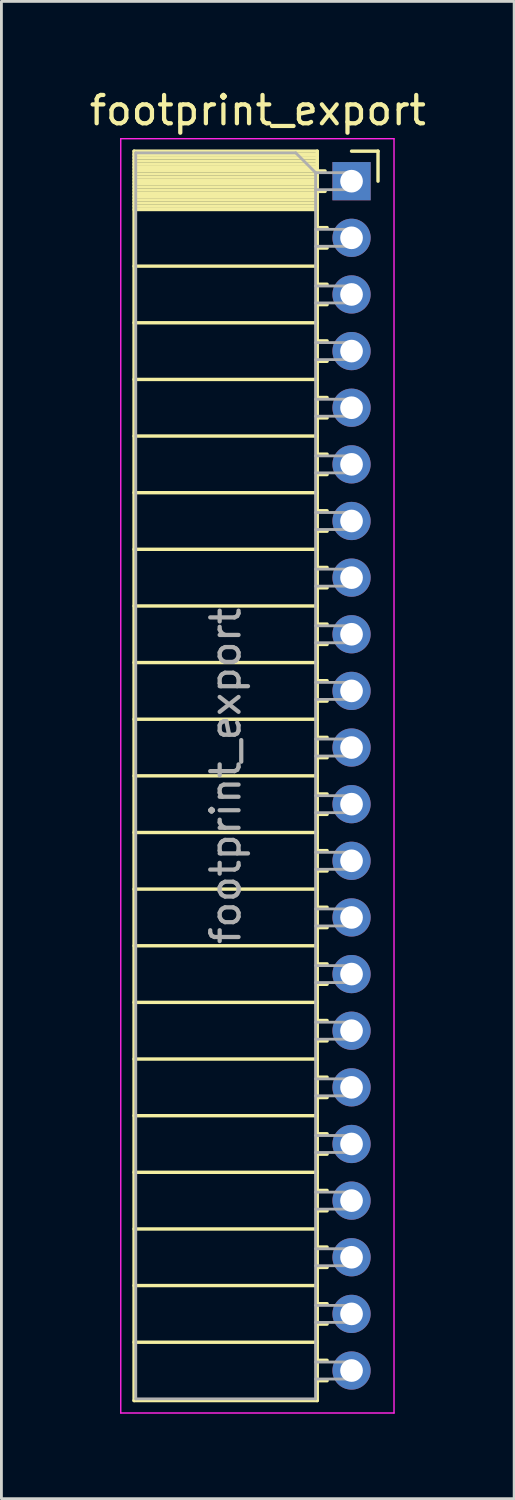
<source format=kicad_pcb>
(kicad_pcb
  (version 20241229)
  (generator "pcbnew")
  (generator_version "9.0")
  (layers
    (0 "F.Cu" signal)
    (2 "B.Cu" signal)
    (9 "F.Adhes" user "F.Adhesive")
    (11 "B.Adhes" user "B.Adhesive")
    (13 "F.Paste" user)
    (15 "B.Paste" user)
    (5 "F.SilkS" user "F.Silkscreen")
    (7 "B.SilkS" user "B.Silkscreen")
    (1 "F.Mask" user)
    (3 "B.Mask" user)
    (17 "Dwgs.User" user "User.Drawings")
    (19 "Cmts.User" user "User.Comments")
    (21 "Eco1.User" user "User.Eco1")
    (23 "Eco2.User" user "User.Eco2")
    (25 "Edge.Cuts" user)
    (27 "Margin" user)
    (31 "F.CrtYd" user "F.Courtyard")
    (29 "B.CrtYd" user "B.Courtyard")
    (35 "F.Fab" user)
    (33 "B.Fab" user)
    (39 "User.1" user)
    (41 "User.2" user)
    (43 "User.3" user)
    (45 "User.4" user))
  (footprint "footprint_export"
    (layer "F.Cu")
    (at 9.364 3.348)
    (property "Reference" "footprint_export" (at -3.31 -2.5 0) (layer "F.SilkS") (effects (font (size 1 1) (thickness 0.15))))
    (attr through_hole)
    (fp_line (start -7.68 -1.06) (end -7.68 43.06) (stroke (width 0.12) (type solid)) (layer "F.SilkS"))
    (fp_line (start -7.68 -1.06) (end -1.21 -1.06) (stroke (width 0.12) (type solid)) (layer "F.SilkS"))
    (fp_line (start -7.68 -0.94) (end -1.21 -0.94) (stroke (width 0.12) (type solid)) (layer "F.SilkS"))
    (fp_line (start -7.68 -0.826) (end -1.21 -0.826) (stroke (width 0.12) (type solid)) (layer "F.SilkS"))
    (fp_line (start -7.68 -0.712) (end -1.21 -0.712) (stroke (width 0.12) (type solid)) (layer "F.SilkS"))
    (fp_line (start -7.68 -0.598) (end -1.21 -0.598) (stroke (width 0.12) (type solid)) (layer "F.SilkS"))
    (fp_line (start -7.68 -0.484) (end -1.21 -0.484) (stroke (width 0.12) (type solid)) (layer "F.SilkS"))
    (fp_line (start -7.68 -0.369) (end -1.21 -0.369) (stroke (width 0.12) (type solid)) (layer "F.SilkS"))
    (fp_line (start -7.68 -0.255) (end -1.21 -0.255) (stroke (width 0.12) (type solid)) (layer "F.SilkS"))
    (fp_line (start -7.68 -0.141) (end -1.21 -0.141) (stroke (width 0.12) (type solid)) (layer "F.SilkS"))
    (fp_line (start -7.68 -0.027) (end -1.21 -0.027) (stroke (width 0.12) (type solid)) (layer "F.SilkS"))
    (fp_line (start -7.68 0.087) (end -1.21 0.087) (stroke (width 0.12) (type solid)) (layer "F.SilkS"))
    (fp_line (start -7.68 0.201) (end -1.21 0.201) (stroke (width 0.12) (type solid)) (layer "F.SilkS"))
    (fp_line (start -7.68 0.315) (end -1.21 0.315) (stroke (width 0.12) (type solid)) (layer "F.SilkS"))
    (fp_line (start -7.68 0.429) (end -1.21 0.429) (stroke (width 0.12) (type solid)) (layer "F.SilkS"))
    (fp_line (start -7.68 0.544) (end -1.21 0.544) (stroke (width 0.12) (type solid)) (layer "F.SilkS"))
    (fp_line (start -7.68 0.658) (end -1.21 0.658) (stroke (width 0.12) (type solid)) (layer "F.SilkS"))
    (fp_line (start -7.68 0.772) (end -1.21 0.772) (stroke (width 0.12) (type solid)) (layer "F.SilkS"))
    (fp_line (start -7.68 0.886) (end -1.21 0.886) (stroke (width 0.12) (type solid)) (layer "F.SilkS"))
    (fp_line (start -7.68 1) (end -1.21 1) (stroke (width 0.12) (type solid)) (layer "F.SilkS"))
    (fp_line (start -7.68 3) (end -1.21 3) (stroke (width 0.12) (type solid)) (layer "F.SilkS"))
    (fp_line (start -7.68 5) (end -1.21 5) (stroke (width 0.12) (type solid)) (layer "F.SilkS"))
    (fp_line (start -7.68 7) (end -1.21 7) (stroke (width 0.12) (type solid)) (layer "F.SilkS"))
    (fp_line (start -7.68 9) (end -1.21 9) (stroke (width 0.12) (type solid)) (layer "F.SilkS"))
    (fp_line (start -7.68 11) (end -1.21 11) (stroke (width 0.12) (type solid)) (layer "F.SilkS"))
    (fp_line (start -7.68 13) (end -1.21 13) (stroke (width 0.12) (type solid)) (layer "F.SilkS"))
    (fp_line (start -7.68 15) (end -1.21 15) (stroke (width 0.12) (type solid)) (layer "F.SilkS"))
    (fp_line (start -7.68 17) (end -1.21 17) (stroke (width 0.12) (type solid)) (layer "F.SilkS"))
    (fp_line (start -7.68 19) (end -1.21 19) (stroke (width 0.12) (type solid)) (layer "F.SilkS"))
    (fp_line (start -7.68 21) (end -1.21 21) (stroke (width 0.12) (type solid)) (layer "F.SilkS"))
    (fp_line (start -7.68 23) (end -1.21 23) (stroke (width 0.12) (type solid)) (layer "F.SilkS"))
    (fp_line (start -7.68 25) (end -1.21 25) (stroke (width 0.12) (type solid)) (layer "F.SilkS"))
    (fp_line (start -7.68 27) (end -1.21 27) (stroke (width 0.12) (type solid)) (layer "F.SilkS"))
    (fp_line (start -7.68 29) (end -1.21 29) (stroke (width 0.12) (type solid)) (layer "F.SilkS"))
    (fp_line (start -7.68 31) (end -1.21 31) (stroke (width 0.12) (type solid)) (layer "F.SilkS"))
    (fp_line (start -7.68 33) (end -1.21 33) (stroke (width 0.12) (type solid)) (layer "F.SilkS"))
    (fp_line (start -7.68 35) (end -1.21 35) (stroke (width 0.12) (type solid)) (layer "F.SilkS"))
    (fp_line (start -7.68 37) (end -1.21 37) (stroke (width 0.12) (type solid)) (layer "F.SilkS"))
    (fp_line (start -7.68 39) (end -1.21 39) (stroke (width 0.12) (type solid)) (layer "F.SilkS"))
    (fp_line (start -7.68 41) (end -1.21 41) (stroke (width 0.12) (type solid)) (layer "F.SilkS"))
    (fp_line (start -7.68 43.06) (end -1.21 43.06) (stroke (width 0.12) (type solid)) (layer "F.SilkS"))
    (fp_line (start -1.21 -1.06) (end -1.21 43.06) (stroke (width 0.12) (type solid)) (layer "F.SilkS"))
    (fp_line (start -1.21 -0.36) (end -0.935 -0.36) (stroke (width 0.12) (type solid)) (layer "F.SilkS"))
    (fp_line (start -1.21 0.36) (end -0.935 0.36) (stroke (width 0.12) (type solid)) (layer "F.SilkS"))
    (fp_line (start -1.21 1.64) (end -0.863 1.64) (stroke (width 0.12) (type solid)) (layer "F.SilkS"))
    (fp_line (start -1.21 2.36) (end -0.863 2.36) (stroke (width 0.12) (type solid)) (layer "F.SilkS"))
    (fp_line (start -1.21 3.64) (end -0.863 3.64) (stroke (width 0.12) (type solid)) (layer "F.SilkS"))
    (fp_line (start -1.21 4.36) (end -0.863 4.36) (stroke (width 0.12) (type solid)) (layer "F.SilkS"))
    (fp_line (start -1.21 5.64) (end -0.863 5.64) (stroke (width 0.12) (type solid)) (layer "F.SilkS"))
    (fp_line (start -1.21 6.36) (end -0.863 6.36) (stroke (width 0.12) (type solid)) (layer "F.SilkS"))
    (fp_line (start -1.21 7.64) (end -0.863 7.64) (stroke (width 0.12) (type solid)) (layer "F.SilkS"))
    (fp_line (start -1.21 8.36) (end -0.863 8.36) (stroke (width 0.12) (type solid)) (layer "F.SilkS"))
    (fp_line (start -1.21 9.64) (end -0.863 9.64) (stroke (width 0.12) (type solid)) (layer "F.SilkS"))
    (fp_line (start -1.21 10.36) (end -0.863 10.36) (stroke (width 0.12) (type solid)) (layer "F.SilkS"))
    (fp_line (start -1.21 11.64) (end -0.863 11.64) (stroke (width 0.12) (type solid)) (layer "F.SilkS"))
    (fp_line (start -1.21 12.36) (end -0.863 12.36) (stroke (width 0.12) (type solid)) (layer "F.SilkS"))
    (fp_line (start -1.21 13.64) (end -0.863 13.64) (stroke (width 0.12) (type solid)) (layer "F.SilkS"))
    (fp_line (start -1.21 14.36) (end -0.863 14.36) (stroke (width 0.12) (type solid)) (layer "F.SilkS"))
    (fp_line (start -1.21 15.64) (end -0.863 15.64) (stroke (width 0.12) (type solid)) (layer "F.SilkS"))
    (fp_line (start -1.21 16.36) (end -0.863 16.36) (stroke (width 0.12) (type solid)) (layer "F.SilkS"))
    (fp_line (start -1.21 17.64) (end -0.863 17.64) (stroke (width 0.12) (type solid)) (layer "F.SilkS"))
    (fp_line (start -1.21 18.36) (end -0.863 18.36) (stroke (width 0.12) (type solid)) (layer "F.SilkS"))
    (fp_line (start -1.21 19.64) (end -0.863 19.64) (stroke (width 0.12) (type solid)) (layer "F.SilkS"))
    (fp_line (start -1.21 20.36) (end -0.863 20.36) (stroke (width 0.12) (type solid)) (layer "F.SilkS"))
    (fp_line (start -1.21 21.64) (end -0.863 21.64) (stroke (width 0.12) (type solid)) (layer "F.SilkS"))
    (fp_line (start -1.21 22.36) (end -0.863 22.36) (stroke (width 0.12) (type solid)) (layer "F.SilkS"))
    (fp_line (start -1.21 23.64) (end -0.863 23.64) (stroke (width 0.12) (type solid)) (layer "F.SilkS"))
    (fp_line (start -1.21 24.36) (end -0.863 24.36) (stroke (width 0.12) (type solid)) (layer "F.SilkS"))
    (fp_line (start -1.21 25.64) (end -0.863 25.64) (stroke (width 0.12) (type solid)) (layer "F.SilkS"))
    (fp_line (start -1.21 26.36) (end -0.863 26.36) (stroke (width 0.12) (type solid)) (layer "F.SilkS"))
    (fp_line (start -1.21 27.64) (end -0.863 27.64) (stroke (width 0.12) (type solid)) (layer "F.SilkS"))
    (fp_line (start -1.21 28.36) (end -0.863 28.36) (stroke (width 0.12) (type solid)) (layer "F.SilkS"))
    (fp_line (start -1.21 29.64) (end -0.863 29.64) (stroke (width 0.12) (type solid)) (layer "F.SilkS"))
    (fp_line (start -1.21 30.36) (end -0.863 30.36) (stroke (width 0.12) (type solid)) (layer "F.SilkS"))
    (fp_line (start -1.21 31.64) (end -0.863 31.64) (stroke (width 0.12) (type solid)) (layer "F.SilkS"))
    (fp_line (start -1.21 32.36) (end -0.863 32.36) (stroke (width 0.12) (type solid)) (layer "F.SilkS"))
    (fp_line (start -1.21 33.64) (end -0.863 33.64) (stroke (width 0.12) (type solid)) (layer "F.SilkS"))
    (fp_line (start -1.21 34.36) (end -0.863 34.36) (stroke (width 0.12) (type solid)) (layer "F.SilkS"))
    (fp_line (start -1.21 35.64) (end -0.863 35.64) (stroke (width 0.12) (type solid)) (layer "F.SilkS"))
    (fp_line (start -1.21 36.36) (end -0.863 36.36) (stroke (width 0.12) (type solid)) (layer "F.SilkS"))
    (fp_line (start -1.21 37.64) (end -0.863 37.64) (stroke (width 0.12) (type solid)) (layer "F.SilkS"))
    (fp_line (start -1.21 38.36) (end -0.863 38.36) (stroke (width 0.12) (type solid)) (layer "F.SilkS"))
    (fp_line (start -1.21 39.64) (end -0.863 39.64) (stroke (width 0.12) (type solid)) (layer "F.SilkS"))
    (fp_line (start -1.21 40.36) (end -0.863 40.36) (stroke (width 0.12) (type solid)) (layer "F.SilkS"))
    (fp_line (start -1.21 41.64) (end -0.863 41.64) (stroke (width 0.12) (type solid)) (layer "F.SilkS"))
    (fp_line (start -1.21 42.36) (end -0.863 42.36) (stroke (width 0.12) (type solid)) (layer "F.SilkS"))
    (fp_line (start 0 -1.06) (end 0.935 -1.06) (stroke (width 0.12) (type solid)) (layer "F.SilkS"))
    (fp_line (start 0.935 -1.06) (end 0.935 0) (stroke (width 0.12) (type solid)) (layer "F.SilkS"))
    (fp_line (start -8.15 -1.5) (end -8.15 43.5) (stroke (width 0.05) (type solid)) (layer "F.CrtYd"))
    (fp_line (start -8.15 43.5) (end 1.5 43.5) (stroke (width 0.05) (type solid)) (layer "F.CrtYd"))
    (fp_line (start 1.5 -1.5) (end -8.15 -1.5) (stroke (width 0.05) (type solid)) (layer "F.CrtYd"))
    (fp_line (start 1.5 43.5) (end 1.5 -1.5) (stroke (width 0.05) (type solid)) (layer "F.CrtYd"))
    (fp_line (start -7.62 -1) (end -1.97 -1) (stroke (width 0.1) (type solid)) (layer "F.Fab"))
    (fp_line (start -7.62 43) (end -7.62 -1) (stroke (width 0.1) (type solid)) (layer "F.Fab"))
    (fp_line (start -1.97 -1) (end -1.27 -0.3) (stroke (width 0.1) (type solid)) (layer "F.Fab"))
    (fp_line (start -1.27 -0.3) (end -1.27 43) (stroke (width 0.1) (type solid)) (layer "F.Fab"))
    (fp_line (start -1.27 0.3) (end 0 0.3) (stroke (width 0.1) (type solid)) (layer "F.Fab"))
    (fp_line (start -1.27 2.3) (end 0 2.3) (stroke (width 0.1) (type solid)) (layer "F.Fab"))
    (fp_line (start -1.27 4.3) (end 0 4.3) (stroke (width 0.1) (type solid)) (layer "F.Fab"))
    (fp_line (start -1.27 6.3) (end 0 6.3) (stroke (width 0.1) (type solid)) (layer "F.Fab"))
    (fp_line (start -1.27 8.3) (end 0 8.3) (stroke (width 0.1) (type solid)) (layer "F.Fab"))
    (fp_line (start -1.27 10.3) (end 0 10.3) (stroke (width 0.1) (type solid)) (layer "F.Fab"))
    (fp_line (start -1.27 12.3) (end 0 12.3) (stroke (width 0.1) (type solid)) (layer "F.Fab"))
    (fp_line (start -1.27 14.3) (end 0 14.3) (stroke (width 0.1) (type solid)) (layer "F.Fab"))
    (fp_line (start -1.27 16.3) (end 0 16.3) (stroke (width 0.1) (type solid)) (layer "F.Fab"))
    (fp_line (start -1.27 18.3) (end 0 18.3) (stroke (width 0.1) (type solid)) (layer "F.Fab"))
    (fp_line (start -1.27 20.3) (end 0 20.3) (stroke (width 0.1) (type solid)) (layer "F.Fab"))
    (fp_line (start -1.27 22.3) (end 0 22.3) (stroke (width 0.1) (type solid)) (layer "F.Fab"))
    (fp_line (start -1.27 24.3) (end 0 24.3) (stroke (width 0.1) (type solid)) (layer "F.Fab"))
    (fp_line (start -1.27 26.3) (end 0 26.3) (stroke (width 0.1) (type solid)) (layer "F.Fab"))
    (fp_line (start -1.27 28.3) (end 0 28.3) (stroke (width 0.1) (type solid)) (layer "F.Fab"))
    (fp_line (start -1.27 30.3) (end 0 30.3) (stroke (width 0.1) (type solid)) (layer "F.Fab"))
    (fp_line (start -1.27 32.3) (end 0 32.3) (stroke (width 0.1) (type solid)) (layer "F.Fab"))
    (fp_line (start -1.27 34.3) (end 0 34.3) (stroke (width 0.1) (type solid)) (layer "F.Fab"))
    (fp_line (start -1.27 36.3) (end 0 36.3) (stroke (width 0.1) (type solid)) (layer "F.Fab"))
    (fp_line (start -1.27 38.3) (end 0 38.3) (stroke (width 0.1) (type solid)) (layer "F.Fab"))
    (fp_line (start -1.27 40.3) (end 0 40.3) (stroke (width 0.1) (type solid)) (layer "F.Fab"))
    (fp_line (start -1.27 42.3) (end 0 42.3) (stroke (width 0.1) (type solid)) (layer "F.Fab"))
    (fp_line (start -1.27 43) (end -7.62 43) (stroke (width 0.1) (type solid)) (layer "F.Fab"))
    (fp_line (start 0 -0.3) (end -1.27 -0.3) (stroke (width 0.1) (type solid)) (layer "F.Fab"))
    (fp_line (start 0 0.3) (end 0 -0.3) (stroke (width 0.1) (type solid)) (layer "F.Fab"))
    (fp_line (start 0 1.7) (end -1.27 1.7) (stroke (width 0.1) (type solid)) (layer "F.Fab"))
    (fp_line (start 0 2.3) (end 0 1.7) (stroke (width 0.1) (type solid)) (layer "F.Fab"))
    (fp_line (start 0 3.7) (end -1.27 3.7) (stroke (width 0.1) (type solid)) (layer "F.Fab"))
    (fp_line (start 0 4.3) (end 0 3.7) (stroke (width 0.1) (type solid)) (layer "F.Fab"))
    (fp_line (start 0 5.7) (end -1.27 5.7) (stroke (width 0.1) (type solid)) (layer "F.Fab"))
    (fp_line (start 0 6.3) (end 0 5.7) (stroke (width 0.1) (type solid)) (layer "F.Fab"))
    (fp_line (start 0 7.7) (end -1.27 7.7) (stroke (width 0.1) (type solid)) (layer "F.Fab"))
    (fp_line (start 0 8.3) (end 0 7.7) (stroke (width 0.1) (type solid)) (layer "F.Fab"))
    (fp_line (start 0 9.7) (end -1.27 9.7) (stroke (width 0.1) (type solid)) (layer "F.Fab"))
    (fp_line (start 0 10.3) (end 0 9.7) (stroke (width 0.1) (type solid)) (layer "F.Fab"))
    (fp_line (start 0 11.7) (end -1.27 11.7) (stroke (width 0.1) (type solid)) (layer "F.Fab"))
    (fp_line (start 0 12.3) (end 0 11.7) (stroke (width 0.1) (type solid)) (layer "F.Fab"))
    (fp_line (start 0 13.7) (end -1.27 13.7) (stroke (width 0.1) (type solid)) (layer "F.Fab"))
    (fp_line (start 0 14.3) (end 0 13.7) (stroke (width 0.1) (type solid)) (layer "F.Fab"))
    (fp_line (start 0 15.7) (end -1.27 15.7) (stroke (width 0.1) (type solid)) (layer "F.Fab"))
    (fp_line (start 0 16.3) (end 0 15.7) (stroke (width 0.1) (type solid)) (layer "F.Fab"))
    (fp_line (start 0 17.7) (end -1.27 17.7) (stroke (width 0.1) (type solid)) (layer "F.Fab"))
    (fp_line (start 0 18.3) (end 0 17.7) (stroke (width 0.1) (type solid)) (layer "F.Fab"))
    (fp_line (start 0 19.7) (end -1.27 19.7) (stroke (width 0.1) (type solid)) (layer "F.Fab"))
    (fp_line (start 0 20.3) (end 0 19.7) (stroke (width 0.1) (type solid)) (layer "F.Fab"))
    (fp_line (start 0 21.7) (end -1.27 21.7) (stroke (width 0.1) (type solid)) (layer "F.Fab"))
    (fp_line (start 0 22.3) (end 0 21.7) (stroke (width 0.1) (type solid)) (layer "F.Fab"))
    (fp_line (start 0 23.7) (end -1.27 23.7) (stroke (width 0.1) (type solid)) (layer "F.Fab"))
    (fp_line (start 0 24.3) (end 0 23.7) (stroke (width 0.1) (type solid)) (layer "F.Fab"))
    (fp_line (start 0 25.7) (end -1.27 25.7) (stroke (width 0.1) (type solid)) (layer "F.Fab"))
    (fp_line (start 0 26.3) (end 0 25.7) (stroke (width 0.1) (type solid)) (layer "F.Fab"))
    (fp_line (start 0 27.7) (end -1.27 27.7) (stroke (width 0.1) (type solid)) (layer "F.Fab"))
    (fp_line (start 0 28.3) (end 0 27.7) (stroke (width 0.1) (type solid)) (layer "F.Fab"))
    (fp_line (start 0 29.7) (end -1.27 29.7) (stroke (width 0.1) (type solid)) (layer "F.Fab"))
    (fp_line (start 0 30.3) (end 0 29.7) (stroke (width 0.1) (type solid)) (layer "F.Fab"))
    (fp_line (start 0 31.7) (end -1.27 31.7) (stroke (width 0.1) (type solid)) (layer "F.Fab"))
    (fp_line (start 0 32.3) (end 0 31.7) (stroke (width 0.1) (type solid)) (layer "F.Fab"))
    (fp_line (start 0 33.7) (end -1.27 33.7) (stroke (width 0.1) (type solid)) (layer "F.Fab"))
    (fp_line (start 0 34.3) (end 0 33.7) (stroke (width 0.1) (type solid)) (layer "F.Fab"))
    (fp_line (start 0 35.7) (end -1.27 35.7) (stroke (width 0.1) (type solid)) (layer "F.Fab"))
    (fp_line (start 0 36.3) (end 0 35.7) (stroke (width 0.1) (type solid)) (layer "F.Fab"))
    (fp_line (start 0 37.7) (end -1.27 37.7) (stroke (width 0.1) (type solid)) (layer "F.Fab"))
    (fp_line (start 0 38.3) (end 0 37.7) (stroke (width 0.1) (type solid)) (layer "F.Fab"))
    (fp_line (start 0 39.7) (end -1.27 39.7) (stroke (width 0.1) (type solid)) (layer "F.Fab"))
    (fp_line (start 0 40.3) (end 0 39.7) (stroke (width 0.1) (type solid)) (layer "F.Fab"))
    (fp_line (start 0 41.7) (end -1.27 41.7) (stroke (width 0.1) (type solid)) (layer "F.Fab"))
    (fp_line (start 0 42.3) (end 0 41.7) (stroke (width 0.1) (type solid)) (layer "F.Fab"))
    (fp_text user "${REFERENCE}" (at -4.445 21 90) (layer "F.Fab") (effects (font (size 1 1) (thickness 0.15))))
    (pad "1" thru_hole rect (at 0 0) (size 1.35 1.35) (drill 0.8) (layers "*.Cu" "*.Mask"))
    (pad "2" thru_hole oval (at 0 2) (size 1.35 1.35) (drill 0.8) (layers "*.Cu" "*.Mask"))
    (pad "3" thru_hole oval (at 0 4) (size 1.35 1.35) (drill 0.8) (layers "*.Cu" "*.Mask"))
    (pad "4" thru_hole oval (at 0 6) (size 1.35 1.35) (drill 0.8) (layers "*.Cu" "*.Mask"))
    (pad "5" thru_hole oval (at 0 8) (size 1.35 1.35) (drill 0.8) (layers "*.Cu" "*.Mask"))
    (pad "6" thru_hole oval (at 0 10) (size 1.35 1.35) (drill 0.8) (layers "*.Cu" "*.Mask"))
    (pad "7" thru_hole oval (at 0 12) (size 1.35 1.35) (drill 0.8) (layers "*.Cu" "*.Mask"))
    (pad "8" thru_hole oval (at 0 14) (size 1.35 1.35) (drill 0.8) (layers "*.Cu" "*.Mask"))
    (pad "9" thru_hole oval (at 0 16) (size 1.35 1.35) (drill 0.8) (layers "*.Cu" "*.Mask"))
    (pad "10" thru_hole oval (at 0 18) (size 1.35 1.35) (drill 0.8) (layers "*.Cu" "*.Mask"))
    (pad "11" thru_hole oval (at 0 20) (size 1.35 1.35) (drill 0.8) (layers "*.Cu" "*.Mask"))
    (pad "12" thru_hole oval (at 0 22) (size 1.35 1.35) (drill 0.8) (layers "*.Cu" "*.Mask"))
    (pad "13" thru_hole oval (at 0 24) (size 1.35 1.35) (drill 0.8) (layers "*.Cu" "*.Mask"))
    (pad "14" thru_hole oval (at 0 26) (size 1.35 1.35) (drill 0.8) (layers "*.Cu" "*.Mask"))
    (pad "15" thru_hole oval (at 0 28) (size 1.35 1.35) (drill 0.8) (layers "*.Cu" "*.Mask"))
    (pad "16" thru_hole oval (at 0 30) (size 1.35 1.35) (drill 0.8) (layers "*.Cu" "*.Mask"))
    (pad "17" thru_hole oval (at 0 32) (size 1.35 1.35) (drill 0.8) (layers "*.Cu" "*.Mask"))
    (pad "18" thru_hole oval (at 0 34) (size 1.35 1.35) (drill 0.8) (layers "*.Cu" "*.Mask"))
    (pad "19" thru_hole oval (at 0 36) (size 1.35 1.35) (drill 0.8) (layers "*.Cu" "*.Mask"))
    (pad "20" thru_hole oval (at 0 38) (size 1.35 1.35) (drill 0.8) (layers "*.Cu" "*.Mask"))
    (pad "21" thru_hole oval (at 0 40) (size 1.35 1.35) (drill 0.8) (layers "*.Cu" "*.Mask"))
    (pad "22" thru_hole oval (at 0 42) (size 1.35 1.35) (drill 0.8) (layers "*.Cu" "*.Mask")))
  (gr_rect
    (start -3 -3)
    (end 15.107 49.873)
    (stroke (width 0.1) (type default))
    (fill no)
    (layer "Edge.Cuts")))
</source>
